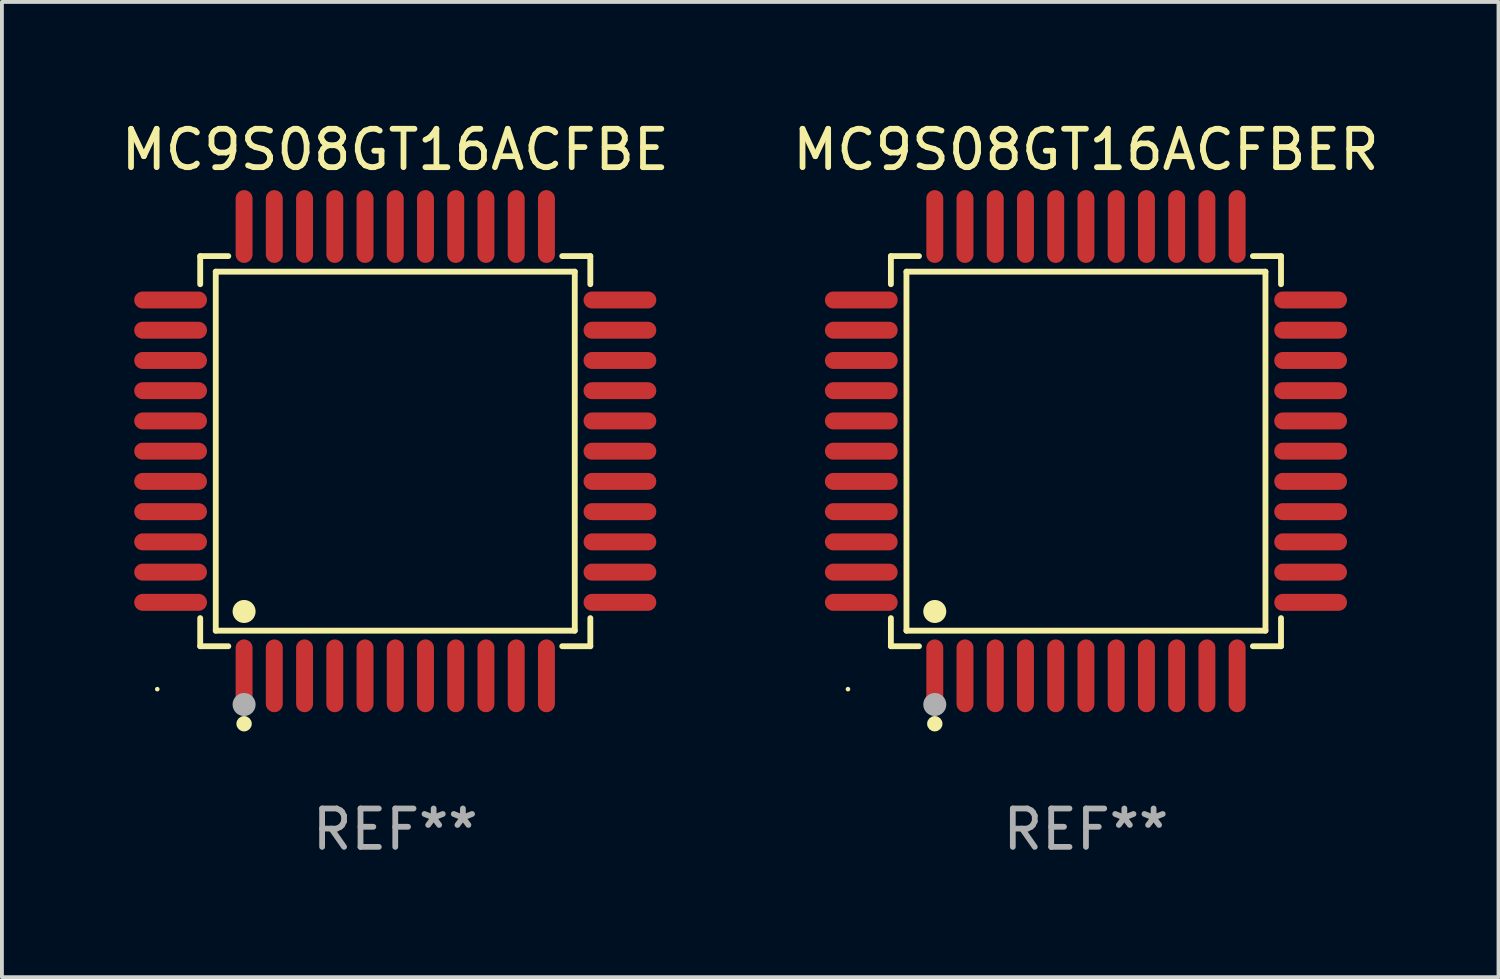
<source format=kicad_pcb>
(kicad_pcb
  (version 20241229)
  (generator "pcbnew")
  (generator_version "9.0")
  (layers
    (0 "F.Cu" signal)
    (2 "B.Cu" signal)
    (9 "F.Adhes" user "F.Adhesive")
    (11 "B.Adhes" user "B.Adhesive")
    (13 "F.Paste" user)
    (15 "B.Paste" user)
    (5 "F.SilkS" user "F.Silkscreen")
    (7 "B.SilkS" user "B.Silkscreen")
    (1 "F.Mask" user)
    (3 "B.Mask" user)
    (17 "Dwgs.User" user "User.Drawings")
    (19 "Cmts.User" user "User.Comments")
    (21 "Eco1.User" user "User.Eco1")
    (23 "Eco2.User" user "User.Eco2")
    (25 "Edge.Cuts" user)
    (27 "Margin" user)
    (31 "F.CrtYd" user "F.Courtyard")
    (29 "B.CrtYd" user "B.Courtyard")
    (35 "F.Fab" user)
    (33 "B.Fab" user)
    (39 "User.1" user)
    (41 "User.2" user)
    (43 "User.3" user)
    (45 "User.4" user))
  (footprint "MC9S08GT16ACFBER"
    (layer "F.Cu")
    (at 25.232 8.7)
    (property "Reference" "MC9S08GT16ACFBER" (at 0 -7.851 0) (layer "F.SilkS") (effects (font (size 1 1) (thickness 0.15))))
    (attr through_hole)
    (fp_line (start -5.08 -5.08) (end -4.348 -5.08) (stroke (width 0.152) (type solid)) (layer "F.SilkS"))
    (fp_line (start -5.08 -4.348) (end -5.08 -5.08) (stroke (width 0.152) (type solid)) (layer "F.SilkS"))
    (fp_line (start -5.08 4.348) (end -5.08 5.08) (stroke (width 0.152) (type solid)) (layer "F.SilkS"))
    (fp_line (start -5.08 5.08) (end -4.348 5.08) (stroke (width 0.152) (type solid)) (layer "F.SilkS"))
    (fp_line (start -4.675 -4.675) (end 4.675 -4.675) (stroke (width 0.152) (type solid)) (layer "F.SilkS"))
    (fp_line (start -4.675 4.675) (end -4.675 -4.675) (stroke (width 0.152) (type solid)) (layer "F.SilkS"))
    (fp_line (start 4.675 -4.675) (end 4.675 4.675) (stroke (width 0.152) (type solid)) (layer "F.SilkS"))
    (fp_line (start 4.675 4.675) (end -4.675 4.675) (stroke (width 0.152) (type solid)) (layer "F.SilkS"))
    (fp_line (start 5.08 -5.08) (end 4.348 -5.08) (stroke (width 0.152) (type solid)) (layer "F.SilkS"))
    (fp_line (start 5.08 -4.348) (end 5.08 -5.08) (stroke (width 0.152) (type solid)) (layer "F.SilkS"))
    (fp_line (start 5.08 4.348) (end 5.08 5.08) (stroke (width 0.152) (type solid)) (layer "F.SilkS"))
    (fp_line (start 5.08 5.08) (end 4.348 5.08) (stroke (width 0.152) (type solid)) (layer "F.SilkS"))
    (fp_circle (center -6.198 6.198) (end -6.168 6.198) (stroke (width 0.06) (type solid)) (fill no) (layer "F.SilkS"))
    (fp_circle (center -3.937 4.175) (end -3.787 4.175) (stroke (width 0.3) (type solid)) (fill no) (layer "F.SilkS"))
    (fp_circle (center -3.937 7.099) (end -3.837 7.099) (stroke (width 0.2) (type solid)) (fill no) (layer "F.SilkS"))
    (fp_circle (center -3.937 6.598) (end -3.787 6.598) (stroke (width 0.3) (type solid)) (fill no) (layer "F.Fab"))
    (fp_text user "REF**" (at 0 9.851 0) (layer "F.Fab") (effects (font (size 1 1) (thickness 0.15))))
    (pad "1" smd oval (at -3.937 5.851) (size 0.441 1.895) (layers "F.Cu" "F.Mask" "F.Paste"))
    (pad "2" smd oval (at -3.15 5.851) (size 0.441 1.895) (layers "F.Cu" "F.Mask" "F.Paste"))
    (pad "3" smd oval (at -2.362 5.851) (size 0.441 1.895) (layers "F.Cu" "F.Mask" "F.Paste"))
    (pad "4" smd oval (at -1.575 5.851) (size 0.441 1.895) (layers "F.Cu" "F.Mask" "F.Paste"))
    (pad "5" smd oval (at -0.787 5.851) (size 0.441 1.895) (layers "F.Cu" "F.Mask" "F.Paste"))
    (pad "6" smd oval (at 0 5.851) (size 0.441 1.895) (layers "F.Cu" "F.Mask" "F.Paste"))
    (pad "7" smd oval (at 0.787 5.851) (size 0.441 1.895) (layers "F.Cu" "F.Mask" "F.Paste"))
    (pad "8" smd oval (at 1.575 5.851) (size 0.441 1.895) (layers "F.Cu" "F.Mask" "F.Paste"))
    (pad "9" smd oval (at 2.362 5.851) (size 0.441 1.895) (layers "F.Cu" "F.Mask" "F.Paste"))
    (pad "10" smd oval (at 3.15 5.851) (size 0.441 1.895) (layers "F.Cu" "F.Mask" "F.Paste"))
    (pad "11" smd oval (at 3.937 5.851) (size 0.441 1.895) (layers "F.Cu" "F.Mask" "F.Paste"))
    (pad "12" smd oval (at 5.851 3.937) (size 1.895 0.441) (layers "F.Cu" "F.Mask" "F.Paste"))
    (pad "13" smd oval (at 5.851 3.15) (size 1.895 0.441) (layers "F.Cu" "F.Mask" "F.Paste"))
    (pad "14" smd oval (at 5.851 2.362) (size 1.895 0.441) (layers "F.Cu" "F.Mask" "F.Paste"))
    (pad "15" smd oval (at 5.851 1.575) (size 1.895 0.441) (layers "F.Cu" "F.Mask" "F.Paste"))
    (pad "16" smd oval (at 5.851 0.787) (size 1.895 0.441) (layers "F.Cu" "F.Mask" "F.Paste"))
    (pad "17" smd oval (at 5.851 0) (size 1.895 0.441) (layers "F.Cu" "F.Mask" "F.Paste"))
    (pad "18" smd oval (at 5.851 -0.787) (size 1.895 0.441) (layers "F.Cu" "F.Mask" "F.Paste"))
    (pad "19" smd oval (at 5.851 -1.575) (size 1.895 0.441) (layers "F.Cu" "F.Mask" "F.Paste"))
    (pad "20" smd oval (at 5.851 -2.362) (size 1.895 0.441) (layers "F.Cu" "F.Mask" "F.Paste"))
    (pad "21" smd oval (at 5.851 -3.15) (size 1.895 0.441) (layers "F.Cu" "F.Mask" "F.Paste"))
    (pad "22" smd oval (at 5.851 -3.937) (size 1.895 0.441) (layers "F.Cu" "F.Mask" "F.Paste"))
    (pad "23" smd oval (at 3.937 -5.851) (size 0.441 1.895) (layers "F.Cu" "F.Mask" "F.Paste"))
    (pad "24" smd oval (at 3.15 -5.851) (size 0.441 1.895) (layers "F.Cu" "F.Mask" "F.Paste"))
    (pad "25" smd oval (at 2.362 -5.851) (size 0.441 1.895) (layers "F.Cu" "F.Mask" "F.Paste"))
    (pad "26" smd oval (at 1.575 -5.851) (size 0.441 1.895) (layers "F.Cu" "F.Mask" "F.Paste"))
    (pad "27" smd oval (at 0.787 -5.851) (size 0.441 1.895) (layers "F.Cu" "F.Mask" "F.Paste"))
    (pad "28" smd oval (at 0 -5.851) (size 0.441 1.895) (layers "F.Cu" "F.Mask" "F.Paste"))
    (pad "29" smd oval (at -0.787 -5.851) (size 0.441 1.895) (layers "F.Cu" "F.Mask" "F.Paste"))
    (pad "30" smd oval (at -1.575 -5.851) (size 0.441 1.895) (layers "F.Cu" "F.Mask" "F.Paste"))
    (pad "31" smd oval (at -2.362 -5.851) (size 0.441 1.895) (layers "F.Cu" "F.Mask" "F.Paste"))
    (pad "32" smd oval (at -3.15 -5.851) (size 0.441 1.895) (layers "F.Cu" "F.Mask" "F.Paste"))
    (pad "33" smd oval (at -3.937 -5.851) (size 0.441 1.895) (layers "F.Cu" "F.Mask" "F.Paste"))
    (pad "34" smd oval (at -5.851 -3.937) (size 1.895 0.441) (layers "F.Cu" "F.Mask" "F.Paste"))
    (pad "35" smd oval (at -5.851 -3.15) (size 1.895 0.441) (layers "F.Cu" "F.Mask" "F.Paste"))
    (pad "36" smd oval (at -5.851 -2.362) (size 1.895 0.441) (layers "F.Cu" "F.Mask" "F.Paste"))
    (pad "37" smd oval (at -5.851 -1.575) (size 1.895 0.441) (layers "F.Cu" "F.Mask" "F.Paste"))
    (pad "38" smd oval (at -5.851 -0.787) (size 1.895 0.441) (layers "F.Cu" "F.Mask" "F.Paste"))
    (pad "39" smd oval (at -5.851 0) (size 1.895 0.441) (layers "F.Cu" "F.Mask" "F.Paste"))
    (pad "40" smd oval (at -5.851 0.787) (size 1.895 0.441) (layers "F.Cu" "F.Mask" "F.Paste"))
    (pad "41" smd oval (at -5.851 1.575) (size 1.895 0.441) (layers "F.Cu" "F.Mask" "F.Paste"))
    (pad "42" smd oval (at -5.851 2.362) (size 1.895 0.441) (layers "F.Cu" "F.Mask" "F.Paste"))
    (pad "43" smd oval (at -5.851 3.15) (size 1.895 0.441) (layers "F.Cu" "F.Mask" "F.Paste"))
    (pad "44" smd oval (at -5.851 3.937) (size 1.895 0.441) (layers "F.Cu" "F.Mask" "F.Paste")))
  (footprint "MC9S08GT16ACFBE"
    (layer "F.Cu")
    (at 7.244 8.7)
    (property "Reference" "MC9S08GT16ACFBE" (at 0 -7.851 0) (layer "F.SilkS") (effects (font (size 1 1) (thickness 0.15))))
    (attr through_hole)
    (fp_line (start -5.08 -5.08) (end -4.348 -5.08) (stroke (width 0.152) (type solid)) (layer "F.SilkS"))
    (fp_line (start -5.08 -4.348) (end -5.08 -5.08) (stroke (width 0.152) (type solid)) (layer "F.SilkS"))
    (fp_line (start -5.08 4.348) (end -5.08 5.08) (stroke (width 0.152) (type solid)) (layer "F.SilkS"))
    (fp_line (start -5.08 5.08) (end -4.348 5.08) (stroke (width 0.152) (type solid)) (layer "F.SilkS"))
    (fp_line (start -4.675 -4.675) (end 4.675 -4.675) (stroke (width 0.152) (type solid)) (layer "F.SilkS"))
    (fp_line (start -4.675 4.675) (end -4.675 -4.675) (stroke (width 0.152) (type solid)) (layer "F.SilkS"))
    (fp_line (start 4.675 -4.675) (end 4.675 4.675) (stroke (width 0.152) (type solid)) (layer "F.SilkS"))
    (fp_line (start 4.675 4.675) (end -4.675 4.675) (stroke (width 0.152) (type solid)) (layer "F.SilkS"))
    (fp_line (start 5.08 -5.08) (end 4.348 -5.08) (stroke (width 0.152) (type solid)) (layer "F.SilkS"))
    (fp_line (start 5.08 -4.348) (end 5.08 -5.08) (stroke (width 0.152) (type solid)) (layer "F.SilkS"))
    (fp_line (start 5.08 4.348) (end 5.08 5.08) (stroke (width 0.152) (type solid)) (layer "F.SilkS"))
    (fp_line (start 5.08 5.08) (end 4.348 5.08) (stroke (width 0.152) (type solid)) (layer "F.SilkS"))
    (fp_circle (center -6.198 6.198) (end -6.168 6.198) (stroke (width 0.06) (type solid)) (fill no) (layer "F.SilkS"))
    (fp_circle (center -3.937 4.175) (end -3.787 4.175) (stroke (width 0.3) (type solid)) (fill no) (layer "F.SilkS"))
    (fp_circle (center -3.937 7.099) (end -3.837 7.099) (stroke (width 0.2) (type solid)) (fill no) (layer "F.SilkS"))
    (fp_circle (center -3.937 6.598) (end -3.787 6.598) (stroke (width 0.3) (type solid)) (fill no) (layer "F.Fab"))
    (fp_text user "REF**" (at 0 9.851 0) (layer "F.Fab") (effects (font (size 1 1) (thickness 0.15))))
    (pad "1" smd oval (at -3.937 5.851) (size 0.441 1.895) (layers "F.Cu" "F.Mask" "F.Paste"))
    (pad "2" smd oval (at -3.15 5.851) (size 0.441 1.895) (layers "F.Cu" "F.Mask" "F.Paste"))
    (pad "3" smd oval (at -2.362 5.851) (size 0.441 1.895) (layers "F.Cu" "F.Mask" "F.Paste"))
    (pad "4" smd oval (at -1.575 5.851) (size 0.441 1.895) (layers "F.Cu" "F.Mask" "F.Paste"))
    (pad "5" smd oval (at -0.787 5.851) (size 0.441 1.895) (layers "F.Cu" "F.Mask" "F.Paste"))
    (pad "6" smd oval (at 0 5.851) (size 0.441 1.895) (layers "F.Cu" "F.Mask" "F.Paste"))
    (pad "7" smd oval (at 0.787 5.851) (size 0.441 1.895) (layers "F.Cu" "F.Mask" "F.Paste"))
    (pad "8" smd oval (at 1.575 5.851) (size 0.441 1.895) (layers "F.Cu" "F.Mask" "F.Paste"))
    (pad "9" smd oval (at 2.362 5.851) (size 0.441 1.895) (layers "F.Cu" "F.Mask" "F.Paste"))
    (pad "10" smd oval (at 3.15 5.851) (size 0.441 1.895) (layers "F.Cu" "F.Mask" "F.Paste"))
    (pad "11" smd oval (at 3.937 5.851) (size 0.441 1.895) (layers "F.Cu" "F.Mask" "F.Paste"))
    (pad "12" smd oval (at 5.851 3.937) (size 1.895 0.441) (layers "F.Cu" "F.Mask" "F.Paste"))
    (pad "13" smd oval (at 5.851 3.15) (size 1.895 0.441) (layers "F.Cu" "F.Mask" "F.Paste"))
    (pad "14" smd oval (at 5.851 2.362) (size 1.895 0.441) (layers "F.Cu" "F.Mask" "F.Paste"))
    (pad "15" smd oval (at 5.851 1.575) (size 1.895 0.441) (layers "F.Cu" "F.Mask" "F.Paste"))
    (pad "16" smd oval (at 5.851 0.787) (size 1.895 0.441) (layers "F.Cu" "F.Mask" "F.Paste"))
    (pad "17" smd oval (at 5.851 0) (size 1.895 0.441) (layers "F.Cu" "F.Mask" "F.Paste"))
    (pad "18" smd oval (at 5.851 -0.787) (size 1.895 0.441) (layers "F.Cu" "F.Mask" "F.Paste"))
    (pad "19" smd oval (at 5.851 -1.575) (size 1.895 0.441) (layers "F.Cu" "F.Mask" "F.Paste"))
    (pad "20" smd oval (at 5.851 -2.362) (size 1.895 0.441) (layers "F.Cu" "F.Mask" "F.Paste"))
    (pad "21" smd oval (at 5.851 -3.15) (size 1.895 0.441) (layers "F.Cu" "F.Mask" "F.Paste"))
    (pad "22" smd oval (at 5.851 -3.937) (size 1.895 0.441) (layers "F.Cu" "F.Mask" "F.Paste"))
    (pad "23" smd oval (at 3.937 -5.851) (size 0.441 1.895) (layers "F.Cu" "F.Mask" "F.Paste"))
    (pad "24" smd oval (at 3.15 -5.851) (size 0.441 1.895) (layers "F.Cu" "F.Mask" "F.Paste"))
    (pad "25" smd oval (at 2.362 -5.851) (size 0.441 1.895) (layers "F.Cu" "F.Mask" "F.Paste"))
    (pad "26" smd oval (at 1.575 -5.851) (size 0.441 1.895) (layers "F.Cu" "F.Mask" "F.Paste"))
    (pad "27" smd oval (at 0.787 -5.851) (size 0.441 1.895) (layers "F.Cu" "F.Mask" "F.Paste"))
    (pad "28" smd oval (at 0 -5.851) (size 0.441 1.895) (layers "F.Cu" "F.Mask" "F.Paste"))
    (pad "29" smd oval (at -0.787 -5.851) (size 0.441 1.895) (layers "F.Cu" "F.Mask" "F.Paste"))
    (pad "30" smd oval (at -1.575 -5.851) (size 0.441 1.895) (layers "F.Cu" "F.Mask" "F.Paste"))
    (pad "31" smd oval (at -2.362 -5.851) (size 0.441 1.895) (layers "F.Cu" "F.Mask" "F.Paste"))
    (pad "32" smd oval (at -3.15 -5.851) (size 0.441 1.895) (layers "F.Cu" "F.Mask" "F.Paste"))
    (pad "33" smd oval (at -3.937 -5.851) (size 0.441 1.895) (layers "F.Cu" "F.Mask" "F.Paste"))
    (pad "34" smd oval (at -5.851 -3.937) (size 1.895 0.441) (layers "F.Cu" "F.Mask" "F.Paste"))
    (pad "35" smd oval (at -5.851 -3.15) (size 1.895 0.441) (layers "F.Cu" "F.Mask" "F.Paste"))
    (pad "36" smd oval (at -5.851 -2.362) (size 1.895 0.441) (layers "F.Cu" "F.Mask" "F.Paste"))
    (pad "37" smd oval (at -5.851 -1.575) (size 1.895 0.441) (layers "F.Cu" "F.Mask" "F.Paste"))
    (pad "38" smd oval (at -5.851 -0.787) (size 1.895 0.441) (layers "F.Cu" "F.Mask" "F.Paste"))
    (pad "39" smd oval (at -5.851 0) (size 1.895 0.441) (layers "F.Cu" "F.Mask" "F.Paste"))
    (pad "40" smd oval (at -5.851 0.787) (size 1.895 0.441) (layers "F.Cu" "F.Mask" "F.Paste"))
    (pad "41" smd oval (at -5.851 1.575) (size 1.895 0.441) (layers "F.Cu" "F.Mask" "F.Paste"))
    (pad "42" smd oval (at -5.851 2.362) (size 1.895 0.441) (layers "F.Cu" "F.Mask" "F.Paste"))
    (pad "43" smd oval (at -5.851 3.15) (size 1.895 0.441) (layers "F.Cu" "F.Mask" "F.Paste"))
    (pad "44" smd oval (at -5.851 3.937) (size 1.895 0.441) (layers "F.Cu" "F.Mask" "F.Paste")))
  (gr_rect
    (start -3 -3)
    (end 35.976 22.399)
    (stroke (width 0.1) (type default))
    (fill no)
    (layer "Edge.Cuts")))
</source>
